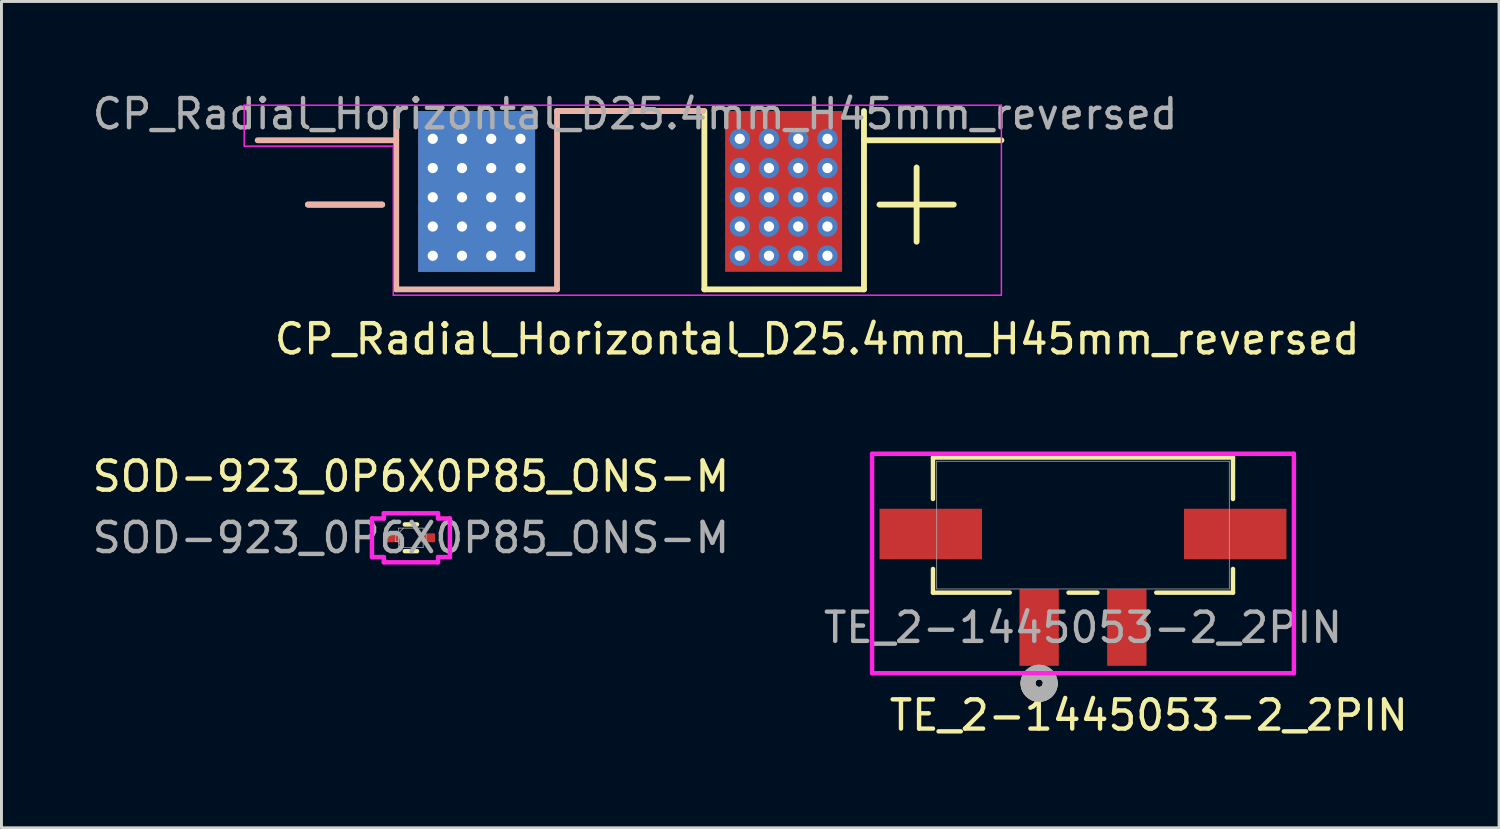
<source format=kicad_pcb>
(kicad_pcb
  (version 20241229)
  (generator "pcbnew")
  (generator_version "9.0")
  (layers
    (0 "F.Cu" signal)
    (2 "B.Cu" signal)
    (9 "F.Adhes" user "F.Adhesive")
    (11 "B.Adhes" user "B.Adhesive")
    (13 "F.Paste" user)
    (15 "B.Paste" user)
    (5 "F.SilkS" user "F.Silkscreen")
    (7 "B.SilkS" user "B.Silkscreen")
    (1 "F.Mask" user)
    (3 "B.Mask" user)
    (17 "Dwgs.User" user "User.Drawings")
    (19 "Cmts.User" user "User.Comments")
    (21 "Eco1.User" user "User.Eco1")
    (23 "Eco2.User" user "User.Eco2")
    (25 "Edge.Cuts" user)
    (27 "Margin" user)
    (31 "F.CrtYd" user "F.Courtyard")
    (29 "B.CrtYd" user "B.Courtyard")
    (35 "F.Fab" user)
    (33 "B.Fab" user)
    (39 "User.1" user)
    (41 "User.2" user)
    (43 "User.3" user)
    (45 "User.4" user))
  (footprint "CP_Radial_Horizontal_D25.4mm_H45mm_reversed"
    (layer "F.Cu")
    (at 18.503 0.548)
    (property "Reference" "CP_Radial_Horizontal_D25.4mm_H45mm_reversed" (at 6.4 8 0) (layer "F.SilkS") (effects (font (size 1 1) (thickness 0.15))))
    (attr through_hole)
    (fp_line (start -11.02 3.4) (end -8.48 3.4) (stroke (width 0.2) (type default)) (layer "F.SilkS"))
    (fp_line (start 0 0.2) (end -2.5 0.2) (stroke (width 0.2) (type default)) (layer "F.SilkS"))
    (fp_line (start 2.5 0.2) (end 0 0.2) (stroke (width 0.2) (type default)) (layer "F.SilkS"))
    (fp_line (start 2.54 0.2) (end 2.54 6.3) (stroke (width 0.2) (type default)) (layer "F.SilkS"))
    (fp_line (start 8 0.2) (end 8 6.3) (stroke (width 0.2) (type default)) (layer "F.SilkS"))
    (fp_line (start 8 6.3) (end 2.54 6.3) (stroke (width 0.2) (type default)) (layer "F.SilkS"))
    (fp_line (start 9.8 2.13) (end 9.8 4.67) (stroke (width 0.2) (type default)) (layer "F.SilkS"))
    (fp_line (start 11.07 3.4) (end 8.53 3.4) (stroke (width 0.2) (type default)) (layer "F.SilkS"))
    (fp_line (start 12.7 1.2) (end 8 1.2) (stroke (width 0.2) (type default)) (layer "F.SilkS"))
    (fp_line (start -11.02 3.4) (end -8.48 3.4) (stroke (width 0.2) (type default)) (layer "B.SilkS"))
    (fp_line (start -8 0.2) (end -8 6.3) (stroke (width 0.2) (type default)) (layer "B.SilkS"))
    (fp_line (start -8 1.2) (end -12.74 1.2) (stroke (width 0.2) (type default)) (layer "B.SilkS"))
    (fp_line (start -2.5 0.2) (end -2.5 6.3) (stroke (width 0.2) (type default)) (layer "B.SilkS"))
    (fp_line (start -2.5 6.3) (end -8 6.3) (stroke (width 0.2) (type default)) (layer "B.SilkS"))
    (fp_line (start 0 0.2) (end -2.5 0.2) (stroke (width 0.2) (type default)) (layer "B.SilkS"))
    (fp_line (start 0 0.2) (end 2.5 0.2) (stroke (width 0.2) (type default)) (layer "B.SilkS"))
    (fp_line (start -13.2 0) (end 12.7 0) (stroke (width 0.05) (type default)) (layer "F.CrtYd"))
    (fp_line (start -13.2 1.4) (end -13.2 0) (stroke (width 0.05) (type default)) (layer "F.CrtYd"))
    (fp_line (start -13.2 1.4) (end -8.1 1.4) (stroke (width 0.05) (type default)) (layer "F.CrtYd"))
    (fp_line (start -8.1 6.5) (end -8.1 1.4) (stroke (width 0.05) (type default)) (layer "F.CrtYd"))
    (fp_line (start 12.7 0) (end 12.7 6.5) (stroke (width 0.05) (type default)) (layer "F.CrtYd"))
    (fp_line (start 12.7 6.5) (end -8.1 6.5) (stroke (width 0.05) (type default)) (layer "F.CrtYd"))
    (fp_line (start -8.2 0) (end -8.2 1) (stroke (width 0.1) (type default)) (layer "User.1"))
    (fp_line (start -8.2 1) (end -13.4 1) (stroke (width 0.1) (type default)) (layer "User.1"))
    (fp_line (start 8.2 0) (end -8.2 0) (stroke (width 0.1) (type default)) (layer "User.1"))
    (fp_line (start 8.2 0) (end 8.2 1) (stroke (width 0.1) (type default)) (layer "User.1"))
    (fp_line (start 13.4 1) (end 8.2 1) (stroke (width 0.1) (type default)) (layer "User.1"))
    (fp_text user "${REFERENCE}" (at 0.17 0.3 0) (layer "F.Fab") (effects (font (size 1 1) (thickness 0.15))))
    (pad "1" thru_hole circle (at 3.75 1.15) (size 0.7 0.7) (drill 0.35) (property pad_prop_heatsink) (layers "*.Cu"))
    (pad "1" thru_hole circle (at 3.75 2.15) (size 0.7 0.7) (drill 0.35) (property pad_prop_heatsink) (layers "*.Cu"))
    (pad "1" thru_hole circle (at 3.75 3.15) (size 0.7 0.7) (drill 0.35) (property pad_prop_heatsink) (layers "*.Cu"))
    (pad "1" thru_hole circle (at 3.75 4.15) (size 0.7 0.7) (drill 0.35) (property pad_prop_heatsink) (layers "*.Cu"))
    (pad "1" thru_hole circle (at 3.75 5.15) (size 0.7 0.7) (drill 0.35) (property pad_prop_heatsink) (layers "*.Cu"))
    (pad "1" thru_hole circle (at 4.75 1.15) (size 0.7 0.7) (drill 0.35) (property pad_prop_heatsink) (layers "*.Cu"))
    (pad "1" thru_hole circle (at 4.75 2.15) (size 0.7 0.7) (drill 0.35) (property pad_prop_heatsink) (layers "*.Cu"))
    (pad "1" thru_hole circle (at 4.75 3.15) (size 0.7 0.7) (drill 0.35) (property pad_prop_heatsink) (layers "*.Cu"))
    (pad "1" thru_hole circle (at 4.75 4.15) (size 0.7 0.7) (drill 0.35) (property pad_prop_heatsink) (layers "*.Cu"))
    (pad "1" thru_hole circle (at 4.75 5.15) (size 0.7 0.7) (drill 0.35) (property pad_prop_heatsink) (layers "*.Cu"))
    (pad "1" connect rect (at 5.25 2.95) (size 4 5.5) (layers "F.Cu" "F.Mask"))
    (pad "1" thru_hole circle (at 5.75 1.15) (size 0.7 0.7) (drill 0.35) (property pad_prop_heatsink) (layers "*.Cu"))
    (pad "1" thru_hole circle (at 5.75 2.15) (size 0.7 0.7) (drill 0.35) (property pad_prop_heatsink) (layers "*.Cu"))
    (pad "1" thru_hole circle (at 5.75 3.15) (size 0.7 0.7) (drill 0.35) (property pad_prop_heatsink) (layers "*.Cu"))
    (pad "1" thru_hole circle (at 5.75 4.15) (size 0.7 0.7) (drill 0.35) (property pad_prop_heatsink) (layers "*.Cu"))
    (pad "1" thru_hole circle (at 5.75 5.15) (size 0.7 0.7) (drill 0.35) (property pad_prop_heatsink) (layers "*.Cu"))
    (pad "1" thru_hole circle (at 6.75 1.15) (size 0.7 0.7) (drill 0.35) (property pad_prop_heatsink) (layers "*.Cu"))
    (pad "1" thru_hole circle (at 6.75 2.15) (size 0.7 0.7) (drill 0.35) (property pad_prop_heatsink) (layers "*.Cu"))
    (pad "1" thru_hole circle (at 6.75 3.15) (size 0.7 0.7) (drill 0.35) (property pad_prop_heatsink) (layers "*.Cu"))
    (pad "1" thru_hole circle (at 6.75 4.15) (size 0.7 0.7) (drill 0.35) (property pad_prop_heatsink) (layers "*.Cu"))
    (pad "1" thru_hole circle (at 6.75 5.15) (size 0.7 0.7) (drill 0.35) (property pad_prop_heatsink) (layers "*.Cu"))
    (pad "2" thru_hole circle (at -6.75 1.15) (size 0.7 0.7) (drill 0.35) (property pad_prop_heatsink) (layers "*.Cu"))
    (pad "2" thru_hole circle (at -6.75 2.15) (size 0.7 0.7) (drill 0.35) (property pad_prop_heatsink) (layers "*.Cu"))
    (pad "2" thru_hole circle (at -6.75 3.15) (size 0.7 0.7) (drill 0.35) (property pad_prop_heatsink) (layers "*.Cu"))
    (pad "2" thru_hole circle (at -6.75 4.15) (size 0.7 0.7) (drill 0.35) (property pad_prop_heatsink) (layers "*.Cu"))
    (pad "2" thru_hole circle (at -6.75 5.15) (size 0.7 0.7) (drill 0.35) (property pad_prop_heatsink) (layers "*.Cu"))
    (pad "2" thru_hole circle (at -5.75 1.15) (size 0.7 0.7) (drill 0.35) (property pad_prop_heatsink) (layers "*.Cu"))
    (pad "2" thru_hole circle (at -5.75 2.15) (size 0.7 0.7) (drill 0.35) (property pad_prop_heatsink) (layers "*.Cu"))
    (pad "2" thru_hole circle (at -5.75 3.15) (size 0.7 0.7) (drill 0.35) (property pad_prop_heatsink) (layers "*.Cu"))
    (pad "2" thru_hole circle (at -5.75 4.15) (size 0.7 0.7) (drill 0.35) (property pad_prop_heatsink) (layers "*.Cu"))
    (pad "2" thru_hole circle (at -5.75 5.15) (size 0.7 0.7) (drill 0.35) (property pad_prop_heatsink) (layers "*.Cu"))
    (pad "2" connect rect (at -5.25 2.95) (size 4 5.5) (layers "F.Cu" "F.Mask"))
    (pad "2" connect rect (at -5.25 2.95) (size 4 5.5) (layers "B.Cu" "B.Mask"))
    (pad "2" thru_hole circle (at -4.75 1.15) (size 0.7 0.7) (drill 0.35) (property pad_prop_heatsink) (layers "*.Cu"))
    (pad "2" thru_hole circle (at -4.75 2.15) (size 0.7 0.7) (drill 0.35) (property pad_prop_heatsink) (layers "*.Cu"))
    (pad "2" thru_hole circle (at -4.75 3.15) (size 0.7 0.7) (drill 0.35) (property pad_prop_heatsink) (layers "*.Cu"))
    (pad "2" thru_hole circle (at -4.75 4.15) (size 0.7 0.7) (drill 0.35) (property pad_prop_heatsink) (layers "*.Cu"))
    (pad "2" thru_hole circle (at -4.75 5.15) (size 0.7 0.7) (drill 0.35) (property pad_prop_heatsink) (layers "*.Cu"))
    (pad "2" thru_hole circle (at -3.75 1.15) (size 0.7 0.7) (drill 0.35) (property pad_prop_heatsink) (layers "*.Cu"))
    (pad "2" thru_hole circle (at -3.75 2.15) (size 0.7 0.7) (drill 0.35) (property pad_prop_heatsink) (layers "*.Cu"))
    (pad "2" thru_hole circle (at -3.75 3.15) (size 0.7 0.7) (drill 0.35) (property pad_prop_heatsink) (layers "*.Cu"))
    (pad "2" thru_hole circle (at -3.75 4.15) (size 0.7 0.7) (drill 0.35) (property pad_prop_heatsink) (layers "*.Cu"))
    (pad "2" thru_hole circle (at -3.75 5.15) (size 0.7 0.7) (drill 0.35) (property pad_prop_heatsink) (layers "*.Cu")))
  (footprint "SOD-923_0P6X0P85_ONS-M"
    (layer "F.Cu")
    (at 11.006 15.345)
    (property "Reference" "SOD-923_0P6X0P85_ONS-M" (at 0 -2.1 0) (unlocked yes) (layer "F.SilkS") (effects (font (size 1 1) (thickness 0.15))))
    (attr smd)
    (fp_line (start -0.209 0.457) (end 0.209 0.457) (stroke (width 0.152) (type solid)) (layer "F.SilkS"))
    (fp_line (start 0.209 -0.457) (end -0.209 -0.457) (stroke (width 0.152) (type solid)) (layer "F.SilkS"))
    (fp_line (start -1.333 -0.66) (end -0.927 -0.66) (stroke (width 0.152) (type solid)) (layer "F.CrtYd"))
    (fp_line (start -1.333 0.66) (end -1.333 -0.66) (stroke (width 0.152) (type solid)) (layer "F.CrtYd"))
    (fp_line (start -0.927 -0.838) (end 0.927 -0.838) (stroke (width 0.152) (type solid)) (layer "F.CrtYd"))
    (fp_line (start -0.927 -0.66) (end -0.927 -0.838) (stroke (width 0.152) (type solid)) (layer "F.CrtYd"))
    (fp_line (start -0.927 0.66) (end -1.333 0.66) (stroke (width 0.152) (type solid)) (layer "F.CrtYd"))
    (fp_line (start -0.927 0.838) (end -0.927 0.66) (stroke (width 0.152) (type solid)) (layer "F.CrtYd"))
    (fp_line (start 0.927 -0.838) (end 0.927 -0.66) (stroke (width 0.152) (type solid)) (layer "F.CrtYd"))
    (fp_line (start 0.927 -0.66) (end 1.333 -0.66) (stroke (width 0.152) (type solid)) (layer "F.CrtYd"))
    (fp_line (start 0.927 0.66) (end 0.927 0.838) (stroke (width 0.152) (type solid)) (layer "F.CrtYd"))
    (fp_line (start 0.927 0.838) (end -0.927 0.838) (stroke (width 0.152) (type solid)) (layer "F.CrtYd"))
    (fp_line (start 1.333 -0.66) (end 1.333 0.66) (stroke (width 0.152) (type solid)) (layer "F.CrtYd"))
    (fp_line (start 1.333 0.66) (end 0.927 0.66) (stroke (width 0.152) (type solid)) (layer "F.CrtYd"))
    (fp_line (start -0.521 -0.127) (end -0.521 0.127) (stroke (width 0.025) (type solid)) (layer "F.Fab"))
    (fp_line (start -0.521 0.127) (end -0.419 0.127) (stroke (width 0.025) (type solid)) (layer "F.Fab"))
    (fp_line (start -0.419 -0.33) (end -0.419 0.33) (stroke (width 0.025) (type solid)) (layer "F.Fab"))
    (fp_line (start -0.419 -0.165) (end -0.254 -0.33) (stroke (width 0.025) (type solid)) (layer "F.Fab"))
    (fp_line (start -0.419 -0.127) (end -0.521 -0.127) (stroke (width 0.025) (type solid)) (layer "F.Fab"))
    (fp_line (start -0.419 0.127) (end -0.419 -0.127) (stroke (width 0.025) (type solid)) (layer "F.Fab"))
    (fp_line (start -0.419 0.165) (end -0.254 0.33) (stroke (width 0.025) (type solid)) (layer "F.Fab"))
    (fp_line (start -0.419 0.33) (end 0.419 0.33) (stroke (width 0.025) (type solid)) (layer "F.Fab"))
    (fp_line (start 0.419 -0.33) (end -0.419 -0.33) (stroke (width 0.025) (type solid)) (layer "F.Fab"))
    (fp_line (start 0.419 -0.127) (end 0.419 0.127) (stroke (width 0.025) (type solid)) (layer "F.Fab"))
    (fp_line (start 0.419 0.127) (end 0.521 0.127) (stroke (width 0.025) (type solid)) (layer "F.Fab"))
    (fp_line (start 0.419 0.33) (end 0.419 -0.33) (stroke (width 0.025) (type solid)) (layer "F.Fab"))
    (fp_line (start 0.521 -0.127) (end 0.419 -0.127) (stroke (width 0.025) (type solid)) (layer "F.Fab"))
    (fp_line (start 0.521 0.127) (end 0.521 -0.127) (stroke (width 0.025) (type solid)) (layer "F.Fab"))
    (fp_text user "${REFERENCE}" (at 0 0 0) (unlocked yes) (layer "F.Fab") (effects (font (size 1 1) (thickness 0.15))))
    (pad "1" smd rect (at -0.584 0) (size 0.483 0.305) (layers "F.Cu" "F.Mask" "F.Paste"))
    (pad "2" smd rect (at 0.584 0) (size 0.483 0.305) (layers "F.Cu" "F.Mask" "F.Paste"))
    (zone (net_name "") (layer "F.Cu") (hatch full 0.508) (connect_pads) (min_thickness 0.254) (filled_areas_thickness no) (keepout (tracks not_allowed) (vias not_allowed) (pads allowed) (copperpour not_allowed) (footprints allowed)) (placement (enabled no)) (fill) (polygon (pts (xy 10.714 15.065) (xy 11.298 15.065) (xy 11.298 15.624) (xy 10.714 15.624)))))
  (footprint "TE_2-1445053-2_2PIN"
    (layer "F.Cu")
    (at 32.494 18.416)
    (property "Reference" "TE_2-1445053-2_2PIN" (at 3.75 3 0) (unlocked yes) (layer "F.SilkS") (effects (font (size 1 1) (thickness 0.15))))
    (attr smd)
    (fp_line (start -3.631 -5.817) (end -3.631 -4.397) (stroke (width 0.152) (type solid)) (layer "F.SilkS"))
    (fp_line (start -3.631 -2.004) (end -3.631 -1.194) (stroke (width 0.152) (type solid)) (layer "F.SilkS"))
    (fp_line (start -3.631 -1.194) (end -1.006 -1.194) (stroke (width 0.152) (type solid)) (layer "F.SilkS"))
    (fp_line (start 1.006 -1.194) (end 1.994 -1.194) (stroke (width 0.152) (type solid)) (layer "F.SilkS"))
    (fp_line (start 4.006 -1.194) (end 6.631 -1.194) (stroke (width 0.152) (type solid)) (layer "F.SilkS"))
    (fp_line (start 6.631 -5.817) (end -3.631 -5.817) (stroke (width 0.152) (type solid)) (layer "F.SilkS"))
    (fp_line (start 6.631 -4.397) (end 6.631 -5.817) (stroke (width 0.152) (type solid)) (layer "F.SilkS"))
    (fp_line (start 6.631 -1.194) (end 6.631 -2.004) (stroke (width 0.152) (type solid)) (layer "F.SilkS"))
    (fp_arc (start 0.381 1.905) (mid -0.043464 2.283513) (end -0.371083 1.81864) (stroke (width 0.508) (type solid)) (layer "F.SilkS"))
    (fp_circle (center 0 1.905) (end 0.381 1.905) (stroke (width 0.508) (type solid)) (fill no) (layer "B.SilkS"))
    (fp_line (start -5.714 -5.944) (end -5.714 1.562) (stroke (width 0.152) (type solid)) (layer "F.CrtYd"))
    (fp_line (start -5.714 1.562) (end 8.714 1.562) (stroke (width 0.152) (type solid)) (layer "F.CrtYd"))
    (fp_line (start 8.714 -5.944) (end -5.714 -5.944) (stroke (width 0.152) (type solid)) (layer "F.CrtYd"))
    (fp_line (start 8.714 1.562) (end 8.714 -5.944) (stroke (width 0.152) (type solid)) (layer "F.CrtYd"))
    (fp_line (start -3.504 -5.69) (end -3.504 -1.321) (stroke (width 0.025) (type solid)) (layer "F.Fab"))
    (fp_line (start -3.504 -1.321) (end 6.504 -1.321) (stroke (width 0.025) (type solid)) (layer "F.Fab"))
    (fp_line (start 6.504 -5.69) (end -3.504 -5.69) (stroke (width 0.025) (type solid)) (layer "F.Fab"))
    (fp_line (start 6.504 -1.321) (end 6.504 -5.69) (stroke (width 0.025) (type solid)) (layer "F.Fab"))
    (fp_circle (center 0 1.905) (end 0.381 1.905) (stroke (width 0.508) (type solid)) (fill no) (layer "F.Fab"))
    (fp_text user "${REFERENCE}" (at 1.5 0 0) (unlocked yes) (layer "F.Fab") (effects (font (size 1 1) (thickness 0.15))))
    (pad "1" smd rect (at 0 0) (size 1.346 2.616) (layers "F.Cu" "F.Mask" "F.Paste"))
    (pad "2" smd rect (at 3 0) (size 1.346 2.616) (layers "F.Cu" "F.Mask" "F.Paste"))
    (pad "MP" smd rect (at -3.707 -3.2) (size 3.505 1.727) (layers "F.Cu" "F.Mask" "F.Paste"))
    (pad "MP" smd rect (at 6.707 -3.2) (size 3.505 1.727) (layers "F.Cu" "F.Mask" "F.Paste")))
  (gr_rect
    (start -3 -3)
    (end 48.226 25.265)
    (stroke (width 0.1) (type default))
    (fill no)
    (layer "Edge.Cuts")))
</source>
